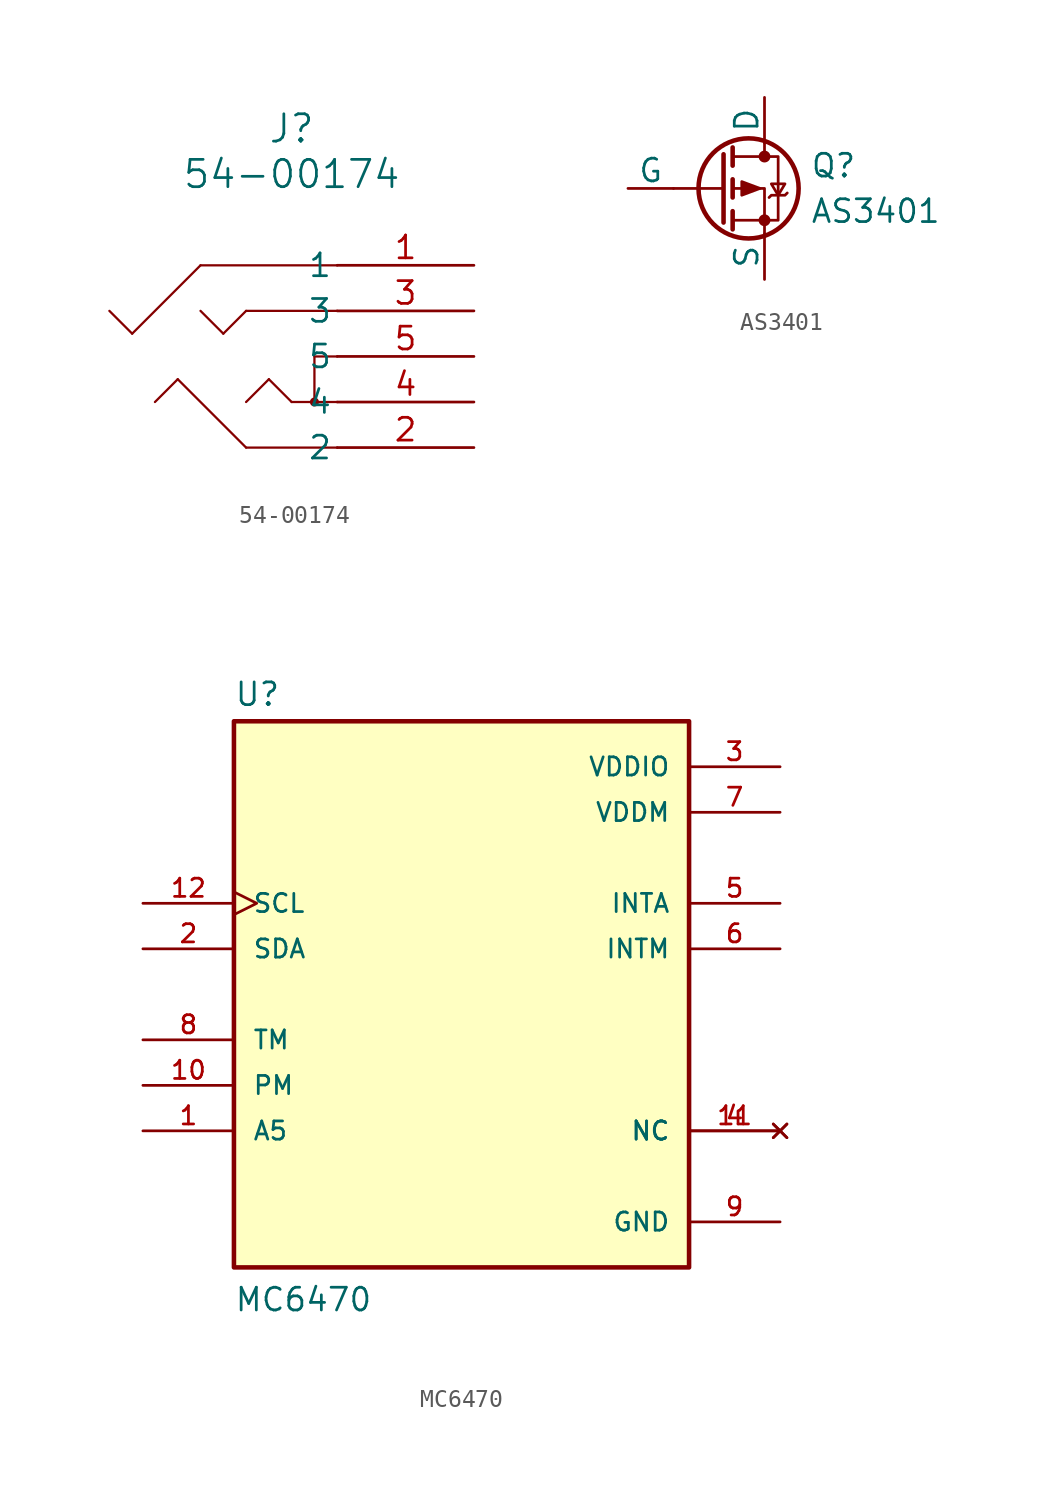
<source format=kicad_sym>
(kicad_symbol_lib
  (version 20220914)
  (generator kicad_symbol_editor)
  (symbol "54-00174"
    (pin_names
      (offset 0.254))
    (property "Reference" "J"
      (at -10.16 7.62 0)
      (effects (font (size 1.524 1.524))))
    (property "Value" "54-00174"
      (at -10.16 5.08 0)
      (effects (font (size 1.524 1.524))))
    (symbol "54-00174_0_1"
      (circle (center -8.89 -7.62) (radius 0.127) (stroke (width 0.254) (type default)) (fill (type none)))
      (polyline (pts (xy -20.32 -2.54) (xy -19.05 -3.81)) (stroke (width 0.127) (type default)) (fill (type none)))
      (polyline (pts (xy -19.05 -3.81) (xy -15.24 0)) (stroke (width 0.127) (type default)) (fill (type none)))
      (polyline (pts (xy -16.51 -6.35) (xy -17.78 -7.62)) (stroke (width 0.127) (type default)) (fill (type none)))
      (polyline (pts (xy -15.24 0) (xy -7.62 0)) (stroke (width 0.127) (type default)) (fill (type none)))
      (polyline (pts (xy -13.97 -3.81) (xy -15.24 -2.54)) (stroke (width 0.127) (type default)) (fill (type none)))
      (polyline (pts (xy -13.97 -3.81) (xy -12.7 -2.54)) (stroke (width 0.127) (type default)) (fill (type none)))
      (polyline (pts (xy -12.7 -10.16) (xy -16.51 -6.35)) (stroke (width 0.127) (type default)) (fill (type none)))
      (polyline (pts (xy -11.43 -6.35) (xy -12.7 -7.62)) (stroke (width 0.127) (type default)) (fill (type none)))
      (polyline (pts (xy -10.16 -7.62) (xy -11.43 -6.35)) (stroke (width 0.127) (type default)) (fill (type none)))
      (polyline (pts (xy -8.89 -5.08) (xy -8.89 -7.62)) (stroke (width 0.127) (type default)) (fill (type none)))
      (polyline (pts (xy -7.62 -10.16) (xy -12.7 -10.16)) (stroke (width 0.127) (type default)) (fill (type none)))
      (polyline (pts (xy -7.62 -7.62) (xy -10.16 -7.62)) (stroke (width 0.127) (type default)) (fill (type none)))
      (polyline (pts (xy -7.62 -5.08) (xy -8.89 -5.08)) (stroke (width 0.127) (type default)) (fill (type none)))
      (polyline (pts (xy -7.62 -2.54) (xy -12.7 -2.54)) (stroke (width 0.127) (type default)) (fill (type none)))
      (pin unspecified line (at 0 0 180) (length 7.62) (name "1" (effects (font (size 1.27 1.27)))) (number "1" (effects (font (size 1.27 1.27)))))
      (pin unspecified line (at 0 -10.16 180) (length 7.62) (name "2" (effects (font (size 1.27 1.27)))) (number "2" (effects (font (size 1.27 1.27)))))
      (pin unspecified line (at 0 -2.54 180) (length 7.62) (name "3" (effects (font (size 1.27 1.27)))) (number "3" (effects (font (size 1.27 1.27)))))
      (pin unspecified line (at 0 -7.62 180) (length 7.62) (name "4" (effects (font (size 1.27 1.27)))) (number "4" (effects (font (size 1.27 1.27)))))
      (pin unspecified line (at 0 -5.08 180) (length 7.62) (name "5" (effects (font (size 1.27 1.27)))) (number "5" (effects (font (size 1.27 1.27)))))))
  (symbol "AS3401"
    (pin_numbers hide)
    (pin_names
      (offset 0))
    (property "Reference" "Q"
      (at 5.08 1.27 0)
      (effects (font (size 1.27 1.27)) (justify left)))
    (property "Value" "AS3401"
      (at 5.08 -1.27 0)
      (effects (font (size 1.27 1.27)) (justify left)))
    (symbol "AS3401_0_1"
      (polyline (pts (xy 0.254 0) (xy -2.54 0)) (stroke (width 0) (type default)) (fill (type none)))
      (polyline (pts (xy 0.254 1.905) (xy 0.254 -1.905)) (stroke (width 0.254) (type default)) (fill (type none)))
      (polyline (pts (xy 0.762 -1.27) (xy 0.762 -2.286)) (stroke (width 0.254) (type default)) (fill (type none)))
      (polyline (pts (xy 0.762 0.508) (xy 0.762 -0.508)) (stroke (width 0.254) (type default)) (fill (type none)))
      (polyline (pts (xy 0.762 2.286) (xy 0.762 1.27)) (stroke (width 0.254) (type default)) (fill (type none)))
      (polyline (pts (xy 2.54 2.54) (xy 2.54 1.778)) (stroke (width 0) (type default)) (fill (type none)))
      (polyline (pts (xy 2.54 -2.54) (xy 2.54 0) (xy 0.762 0)) (stroke (width 0) (type default)) (fill (type none)))
      (polyline (pts (xy 0.762 1.778) (xy 3.302 1.778) (xy 3.302 -1.778) (xy 0.762 -1.778)) (stroke (width 0) (type default)) (fill (type none)))
      (polyline (pts (xy 2.286 0) (xy 1.27 0.381) (xy 1.27 -0.381) (xy 2.286 0)) (stroke (width 0) (type default)) (fill (type outline)))
      (polyline (pts (xy 2.794 -0.508) (xy 2.921 -0.381) (xy 3.683 -0.381) (xy 3.81 -0.254)) (stroke (width 0) (type default)) (fill (type none)))
      (polyline (pts (xy 3.302 -0.381) (xy 2.921 0.254) (xy 3.683 0.254) (xy 3.302 -0.381)) (stroke (width 0) (type default)) (fill (type none)))
      (circle (center 1.651 0) (radius 2.794) (stroke (width 0.254) (type default)) (fill (type none)))
      (circle (center 2.54 -1.778) (radius 0.254) (stroke (width 0) (type default)) (fill (type outline)))
      (circle (center 2.54 1.778) (radius 0.254) (stroke (width 0) (type default)) (fill (type outline))))
    (symbol "AS3401_1_1"
      (pin input line (at -5.08 0 0) (length 2.54) (name "G" (effects (font (size 1.27 1.27)))) (number "1" (effects (font (size 1.27 1.27)))))
      (pin passive line (at 2.54 -5.08 90) (length 2.54) (name "S" (effects (font (size 1.27 1.27)))) (number "2" (effects (font (size 1.27 1.27)))))
      (pin passive line (at 2.54 5.08 270) (length 2.54) (name "D" (effects (font (size 1.27 1.27)))) (number "3" (effects (font (size 1.27 1.27)))))))
  (symbol "MC6470"
    (pin_names
      (offset 1.016))
    (property "Reference" "U"
      (at -12.7 16.002 0)
      (effects (font (size 1.27 1.27)) (justify left bottom)))
    (property "Value" "MC6470"
      (at -12.7 -17.78 0)
      (effects (font (size 1.27 1.27)) (justify left bottom)))
    (symbol "MC6470_0_0"
      (rectangle (start -12.7 -15.24) (end 12.7 15.24) (stroke (width 0.254) (type default)) (fill (type background)))
      (pin input line (at -17.78 -7.62 0) (length 5.08) (name "A5" (effects (font (size 1.016 1.016)))) (number "1" (effects (font (size 1.016 1.016)))))
      (pin input line (at -17.78 -5.08 0) (length 5.08) (name "PM" (effects (font (size 1.016 1.016)))) (number "10" (effects (font (size 1.016 1.016)))))
      (pin no_connect line (at 17.78 -7.62 180) (length 5.08) (name "NC" (effects (font (size 1.016 1.016)))) (number "11" (effects (font (size 1.016 1.016)))))
      (pin input clock (at -17.78 5.08 0) (length 5.08) (name "SCL" (effects (font (size 1.016 1.016)))) (number "12" (effects (font (size 1.016 1.016)))))
      (pin bidirectional line (at -17.78 2.54 0) (length 5.08) (name "SDA" (effects (font (size 1.016 1.016)))) (number "2" (effects (font (size 1.016 1.016)))))
      (pin power_in line (at 17.78 12.7 180) (length 5.08) (name "VDDIO" (effects (font (size 1.016 1.016)))) (number "3" (effects (font (size 1.016 1.016)))))
      (pin no_connect line (at 17.78 -7.62 180) (length 5.08) (name "NC" (effects (font (size 1.016 1.016)))) (number "4" (effects (font (size 1.016 1.016)))))
      (pin output line (at 17.78 5.08 180) (length 5.08) (name "INTA" (effects (font (size 1.016 1.016)))) (number "5" (effects (font (size 1.016 1.016)))))
      (pin output line (at 17.78 2.54 180) (length 5.08) (name "INTM" (effects (font (size 1.016 1.016)))) (number "6" (effects (font (size 1.016 1.016)))))
      (pin power_in line (at 17.78 10.16 180) (length 5.08) (name "VDDM" (effects (font (size 1.016 1.016)))) (number "7" (effects (font (size 1.016 1.016)))))
      (pin input line (at -17.78 -2.54 0) (length 5.08) (name "TM" (effects (font (size 1.016 1.016)))) (number "8" (effects (font (size 1.016 1.016)))))
      (pin power_in line (at 17.78 -12.7 180) (length 5.08) (name "GND" (effects (font (size 1.016 1.016)))) (number "9" (effects (font (size 1.016 1.016))))))))
</source>
